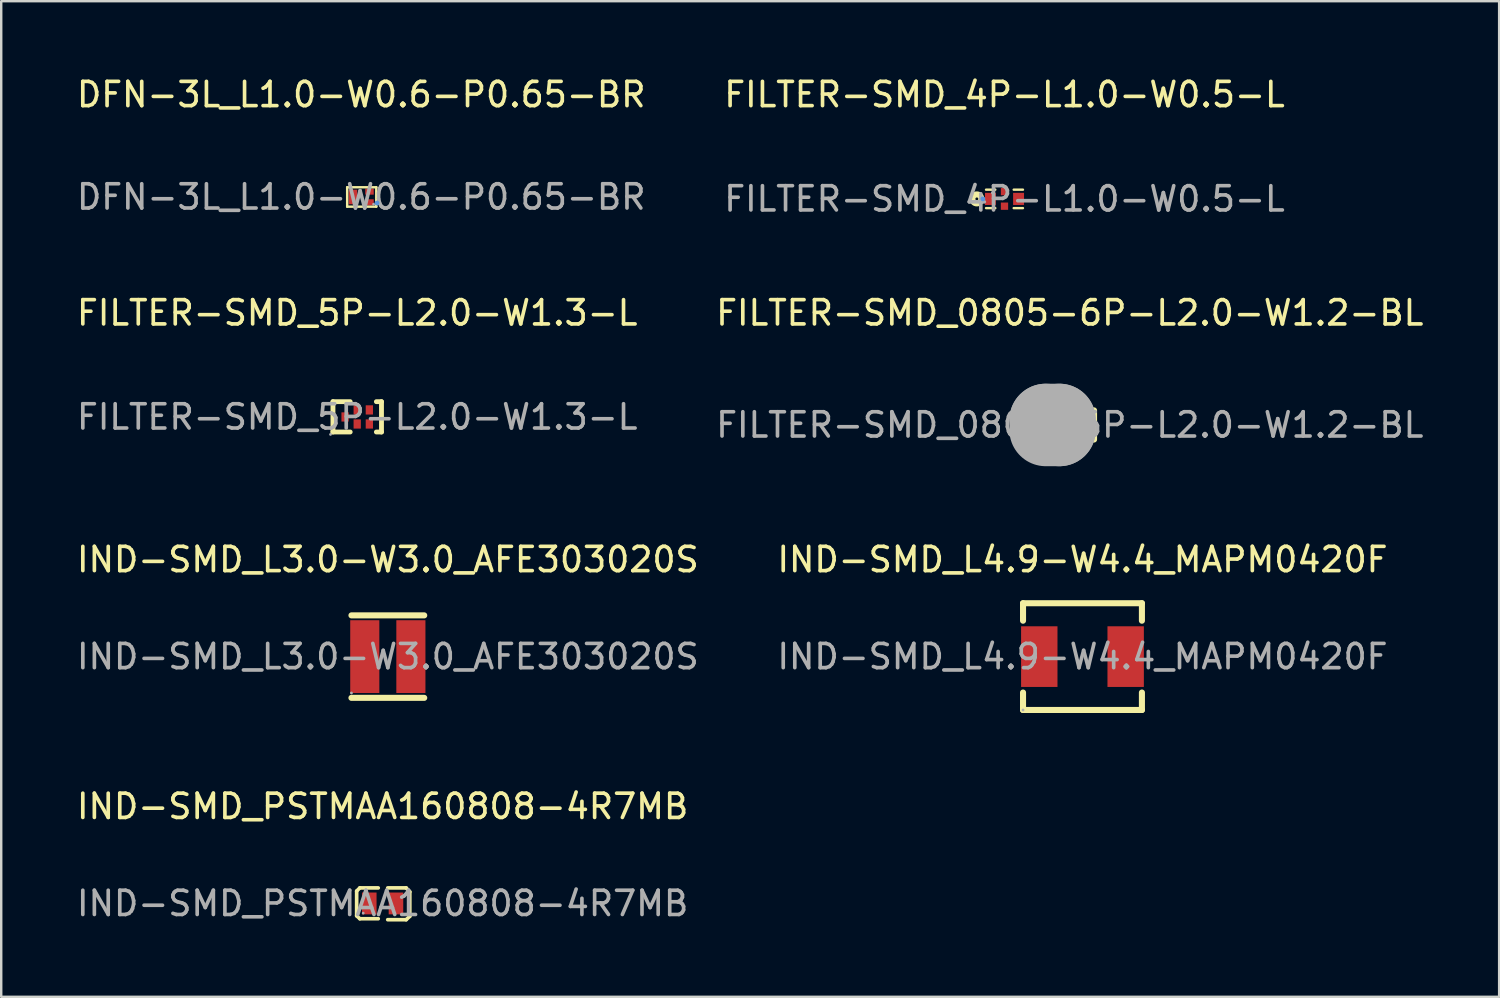
<source format=kicad_pcb>
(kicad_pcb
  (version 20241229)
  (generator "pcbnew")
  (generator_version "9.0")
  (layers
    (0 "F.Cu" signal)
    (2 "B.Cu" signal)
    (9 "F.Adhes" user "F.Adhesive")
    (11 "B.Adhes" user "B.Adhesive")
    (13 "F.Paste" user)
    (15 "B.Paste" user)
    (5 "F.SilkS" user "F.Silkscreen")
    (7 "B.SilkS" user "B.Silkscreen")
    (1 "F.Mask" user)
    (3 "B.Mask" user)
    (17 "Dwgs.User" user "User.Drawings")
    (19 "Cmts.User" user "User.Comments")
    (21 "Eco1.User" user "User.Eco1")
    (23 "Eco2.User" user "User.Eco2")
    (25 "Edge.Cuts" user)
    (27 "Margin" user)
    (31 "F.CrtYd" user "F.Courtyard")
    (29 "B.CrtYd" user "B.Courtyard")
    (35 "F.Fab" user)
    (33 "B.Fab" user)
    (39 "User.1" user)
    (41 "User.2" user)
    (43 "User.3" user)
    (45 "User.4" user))
  (footprint "FILTER-SMD_4P-L1.0-W0.5-L"
    (layer "F.Cu")
    (at 38.351 5.148)
    (property "Reference" "FILTER-SMD_4P-L1.0-W0.5-L" (at 0 -4.3 0) (layer "F.SilkS") (effects (font (size 1 1) (thickness 0.15))))
    (attr smd)
    (fp_line (start -0.76 -0.38) (end -0.38 -0.38) (stroke (width 0.1) (type solid)) (layer "F.SilkS"))
    (fp_line (start -0.76 0.38) (end -0.38 0.38) (stroke (width 0.1) (type solid)) (layer "F.SilkS"))
    (fp_line (start 0.38 -0.38) (end 0.76 -0.38) (stroke (width 0.1) (type solid)) (layer "F.SilkS"))
    (fp_line (start 0.38 0.38) (end 0.76 0.38) (stroke (width 0.1) (type solid)) (layer "F.SilkS"))
    (fp_circle (center -1.14 0) (end -1.08 0) (stroke (width 0.25) (type solid)) (fill no) (layer "F.SilkS"))
    (fp_circle (center -0.89 0) (end -0.84 0) (stroke (width 0.1) (type solid)) (fill no) (layer "Cmts.User"))
    (fp_circle (center -0.5 -0.25) (end -0.47 -0.25) (stroke (width 0.06) (type solid)) (fill no) (layer "F.Fab"))
    (fp_text user "${REFERENCE}" (at 0 0 0) (layer "F.Fab") (effects (font (size 1 1) (thickness 0.15))))
    (pad "1" smd rect (at -0.58 0) (size 0.45 0.5) (layers "F.Cu" "F.Mask" "F.Paste"))
    (pad "2" smd rect (at 0 0.3) (size 0.3 0.3) (layers "F.Cu" "F.Mask" "F.Paste"))
    (pad "3" smd rect (at 0.58 0) (size 0.45 0.5) (layers "F.Cu" "F.Mask" "F.Paste"))
    (pad "4" smd rect (at 0 -0.3) (size 0.3 0.3) (layers "F.Cu" "F.Mask" "F.Paste")))
  (footprint "FILTER-SMD_5P-L2.0-W1.3-L"
    (layer "F.Cu")
    (at 11.673 14.135)
    (property "Reference" "FILTER-SMD_5P-L2.0-W1.3-L" (at 0 -4.29 0) (layer "F.SilkS") (effects (font (size 1 1) (thickness 0.15))))
    (attr smd)
    (fp_line (start -1 -0.63) (end -0.29 -0.63) (stroke (width 0.2) (type solid)) (layer "F.SilkS"))
    (fp_line (start -1 0.62) (end -1 -0.63) (stroke (width 0.2) (type solid)) (layer "F.SilkS"))
    (fp_line (start -1 0.62) (end -0.29 0.62) (stroke (width 0.2) (type solid)) (layer "F.SilkS"))
    (fp_line (start 0.79 -0.63) (end 1 -0.63) (stroke (width 0.2) (type solid)) (layer "F.SilkS"))
    (fp_line (start 0.79 0.62) (end 1 0.62) (stroke (width 0.2) (type solid)) (layer "F.SilkS"))
    (fp_line (start 1 -0.63) (end 1 0.62) (stroke (width 0.2) (type solid)) (layer "F.SilkS"))
    (fp_circle (center -1.1 0.72) (end -1.07 0.72) (stroke (width 0.06) (type solid)) (fill no) (layer "F.Fab"))
    (fp_text user "${REFERENCE}" (at 0 0 0) (layer "F.Fab") (effects (font (size 1 1) (thickness 0.15))))
    (pad "1" smd rect (at -0.5 0) (size 0.3 0.38) (layers "F.Cu" "F.Mask" "F.Paste"))
    (pad "2" smd rect (at 0 0.29) (size 0.3 0.38) (layers "F.Cu" "F.Mask" "F.Paste"))
    (pad "3" smd rect (at 0.5 0.29) (size 0.3 0.38) (layers "F.Cu" "F.Mask" "F.Paste"))
    (pad "4" smd rect (at 0.5 -0.29) (size 0.3 0.38) (layers "F.Cu" "F.Mask" "F.Paste"))
    (pad "5" smd rect (at 0 -0.29) (size 0.3 0.38) (layers "F.Cu" "F.Mask" "F.Paste")))
  (footprint "IND-SMD_PSTMAA160808-4R7MB"
    (layer "F.Cu")
    (at 12.72 34.186)
    (property "Reference" "IND-SMD_PSTMAA160808-4R7MB" (at 0 -4 0) (layer "F.SilkS") (effects (font (size 1 1) (thickness 0.15))))
    (attr smd)
    (fp_line (start -1.07 -0.51) (end -1.07 0.51) (stroke (width 0.15) (type solid)) (layer "F.SilkS"))
    (fp_line (start -1.07 0.51) (end -0.94 0.63) (stroke (width 0.15) (type solid)) (layer "F.SilkS"))
    (fp_line (start -0.94 -0.64) (end -1.07 -0.51) (stroke (width 0.15) (type solid)) (layer "F.SilkS"))
    (fp_line (start -0.18 -0.64) (end -0.94 -0.64) (stroke (width 0.15) (type solid)) (layer "F.SilkS"))
    (fp_line (start -0.18 0.63) (end -0.94 0.63) (stroke (width 0.15) (type solid)) (layer "F.SilkS"))
    (fp_line (start 0.97 -0.64) (end 0.21 -0.64) (stroke (width 0.15) (type solid)) (layer "F.SilkS"))
    (fp_line (start 0.97 -0.64) (end 1.12 -0.48) (stroke (width 0.15) (type solid)) (layer "F.SilkS"))
    (fp_line (start 0.97 0.67) (end 0.21 0.67) (stroke (width 0.15) (type solid)) (layer "F.SilkS"))
    (fp_line (start 1.12 -0.48) (end 1.12 0.53) (stroke (width 0.15) (type solid)) (layer "F.SilkS"))
    (fp_line (start 1.12 0.53) (end 0.97 0.67) (stroke (width 0.15) (type solid)) (layer "F.SilkS"))
    (fp_circle (center -0.8 0.4) (end -0.77 0.4) (stroke (width 0.06) (type solid)) (fill no) (layer "F.Fab"))
    (fp_text user "${REFERENCE}" (at 0 0 0) (layer "F.Fab") (effects (font (size 1 1) (thickness 0.15))))
    (pad "1" smd rect (at -0.55 0 180) (size 0.6 0.9) (layers "F.Cu" "F.Mask" "F.Paste"))
    (pad "2" smd rect (at 0.55 0 180) (size 0.6 0.9) (layers "F.Cu" "F.Mask" "F.Paste")))
  (footprint "IND-SMD_L4.9-W4.4_MAPM0420F"
    (layer "F.Cu")
    (at 41.565 24.013)
    (property "Reference" "IND-SMD_L4.9-W4.4_MAPM0420F" (at 0 -4 0) (layer "F.SilkS") (effects (font (size 1 1) (thickness 0.15))))
    (attr through_hole)
    (fp_line (start -2.45 -2.2) (end -2.45 -1.48) (stroke (width 0.25) (type solid)) (layer "F.SilkS"))
    (fp_line (start -2.45 -2.2) (end 2.45 -2.2) (stroke (width 0.25) (type solid)) (layer "F.SilkS"))
    (fp_line (start -2.45 1.48) (end -2.45 2.2) (stroke (width 0.25) (type solid)) (layer "F.SilkS"))
    (fp_line (start -2.45 2.2) (end 2.45 2.2) (stroke (width 0.25) (type solid)) (layer "F.SilkS"))
    (fp_line (start 2.45 -2.2) (end 2.45 -1.48) (stroke (width 0.25) (type solid)) (layer "F.SilkS"))
    (fp_line (start 2.45 1.48) (end 2.45 2.2) (stroke (width 0.25) (type solid)) (layer "F.SilkS"))
    (fp_circle (center -2.45 2.2) (end -2.42 2.2) (stroke (width 0.06) (type solid)) (fill no) (layer "F.Fab"))
    (fp_text user "${REFERENCE}" (at 0 0 0) (layer "F.Fab") (effects (font (size 1 1) (thickness 0.15))))
    (pad "1" smd rect (at -1.78 0) (size 1.5 2.5) (layers "F.Cu" "F.Mask" "F.Paste"))
    (pad "2" smd rect (at 1.78 0) (size 1.5 2.5) (layers "F.Cu" "F.Mask" "F.Paste")))
  (footprint "FILTER-SMD_0805-6P-L2.0-W1.2-BL"
    (layer "F.Cu")
    (at 41.042 14.465)
    (property "Reference" "FILTER-SMD_0805-6P-L2.0-W1.2-BL" (at 0 -4.62 0) (layer "F.SilkS") (effects (font (size 1 1) (thickness 0.15))))
    (attr smd)
    (fp_line (start -1.01 0.61) (end -1.01 -0.59) (stroke (width 0.25) (type solid)) (layer "F.SilkS"))
    (fp_line (start 1 -0.6) (end 1 0.6) (stroke (width 0.25) (type solid)) (layer "F.SilkS"))
    (fp_line (start -0.99 -0.2) (end -0.99 -0.2) (stroke (width 3) (type solid)) (layer "F.Fab"))
    (fp_line (start -0.99 -0.2) (end -0.43 -0.2) (stroke (width 3) (type solid)) (layer "F.Fab"))
    (fp_line (start -0.43 -0.2) (end -0.43 0.2) (stroke (width 3) (type solid)) (layer "F.Fab"))
    (fp_line (start -0.43 0.2) (end -0.99 0.2) (stroke (width 3) (type solid)) (layer "F.Fab"))
    (fp_circle (center -1 0.63) (end -0.97 0.63) (stroke (width 0.06) (type solid)) (fill no) (layer "F.Fab"))
    (fp_text user "${REFERENCE}" (at 0 0 0) (layer "F.Fab") (effects (font (size 1 1) (thickness 0.15))))
    (pad "1" smd rect (at -0.65 0.62 90) (size 0.6 0.35) (layers "F.Cu" "F.Mask" "F.Paste"))
    (pad "2" smd rect (at 0 0.62 90) (size 0.6 0.35) (layers "F.Cu" "F.Mask" "F.Paste"))
    (pad "3" smd rect (at 0.65 0.62 90) (size 0.6 0.35) (layers "F.Cu" "F.Mask" "F.Paste"))
    (pad "4" smd rect (at 0.65 -0.62 90) (size 0.6 0.35) (layers "F.Cu" "F.Mask" "F.Paste"))
    (pad "5" smd rect (at 0 -0.62 90) (size 0.6 0.35) (layers "F.Cu" "F.Mask" "F.Paste"))
    (pad "6" smd rect (at -0.65 -0.62 90) (size 0.6 0.35) (layers "F.Cu" "F.Mask" "F.Paste")))
  (footprint "IND-SMD_L3.0-W3.0_AFE303020S"
    (layer "F.Cu")
    (at 12.935 24.013)
    (property "Reference" "IND-SMD_L3.0-W3.0_AFE303020S" (at 0 -4 0) (layer "F.SilkS") (effects (font (size 1 1) (thickness 0.15))))
    (attr through_hole)
    (fp_line (start -1.5 -1.7) (end 1.5 -1.7) (stroke (width 0.25) (type solid)) (layer "F.SilkS"))
    (fp_line (start -1.5 1.7) (end 1.5 1.7) (stroke (width 0.25) (type solid)) (layer "F.SilkS"))
    (fp_circle (center -1.5 1.5) (end -1.47 1.5) (stroke (width 0.06) (type solid)) (fill no) (layer "F.Fab"))
    (fp_text user "${REFERENCE}" (at 0 0 0) (layer "F.Fab") (effects (font (size 1 1) (thickness 0.15))))
    (pad "1" smd rect (at -0.95 0) (size 1.2 3) (layers "F.Cu" "F.Mask" "F.Paste"))
    (pad "2" smd rect (at 0.95 0) (size 1.2 3) (layers "F.Cu" "F.Mask" "F.Paste")))
  (footprint "DFN-3L_L1.0-W0.6-P0.65-BR"
    (layer "F.Cu")
    (at 11.839 5.068)
    (property "Reference" "DFN-3L_L1.0-W0.6-P0.65-BR" (at 0 -4.22 0) (layer "F.SilkS") (effects (font (size 1 1) (thickness 0.15))))
    (attr smd)
    (fp_line (start -0.58 -0.4) (end 0.62 -0.4) (stroke (width 0.1) (type solid)) (layer "F.SilkS"))
    (fp_line (start -0.58 0.4) (end -0.58 -0.4) (stroke (width 0.1) (type solid)) (layer "F.SilkS"))
    (fp_line (start 0.62 -0.4) (end 0.62 0.4) (stroke (width 0.1) (type solid)) (layer "F.SilkS"))
    (fp_line (start 0.62 0.4) (end -0.58 0.4) (stroke (width 0.1) (type solid)) (layer "F.SilkS"))
    (fp_circle (center 0.65 0.25) (end 0.7 0.25) (stroke (width 0.1) (type solid)) (fill no) (layer "Cmts.User"))
    (fp_circle (center 0.51 0.3) (end 0.54 0.3) (stroke (width 0.06) (type solid)) (fill no) (layer "F.Fab"))
    (fp_text user "${REFERENCE}" (at 0 0 0) (layer "F.Fab") (effects (font (size 1 1) (thickness 0.15))))
    (pad "1" smd rect (at 0.34 0.22 90) (size 0.25 0.35) (layers "F.Cu" "F.Mask" "F.Paste"))
    (pad "2" smd rect (at 0.34 -0.22 90) (size 0.25 0.35) (layers "F.Cu" "F.Mask" "F.Paste"))
    (pad "3" smd rect (at -0.34 0 270) (size 0.6 0.35) (layers "F.Cu" "F.Mask" "F.Paste")))
  (gr_rect
    (start -3 -3)
    (end 58.738 38.035)
    (stroke (width 0.1) (type default))
    (fill no)
    (layer "Edge.Cuts")))
</source>
